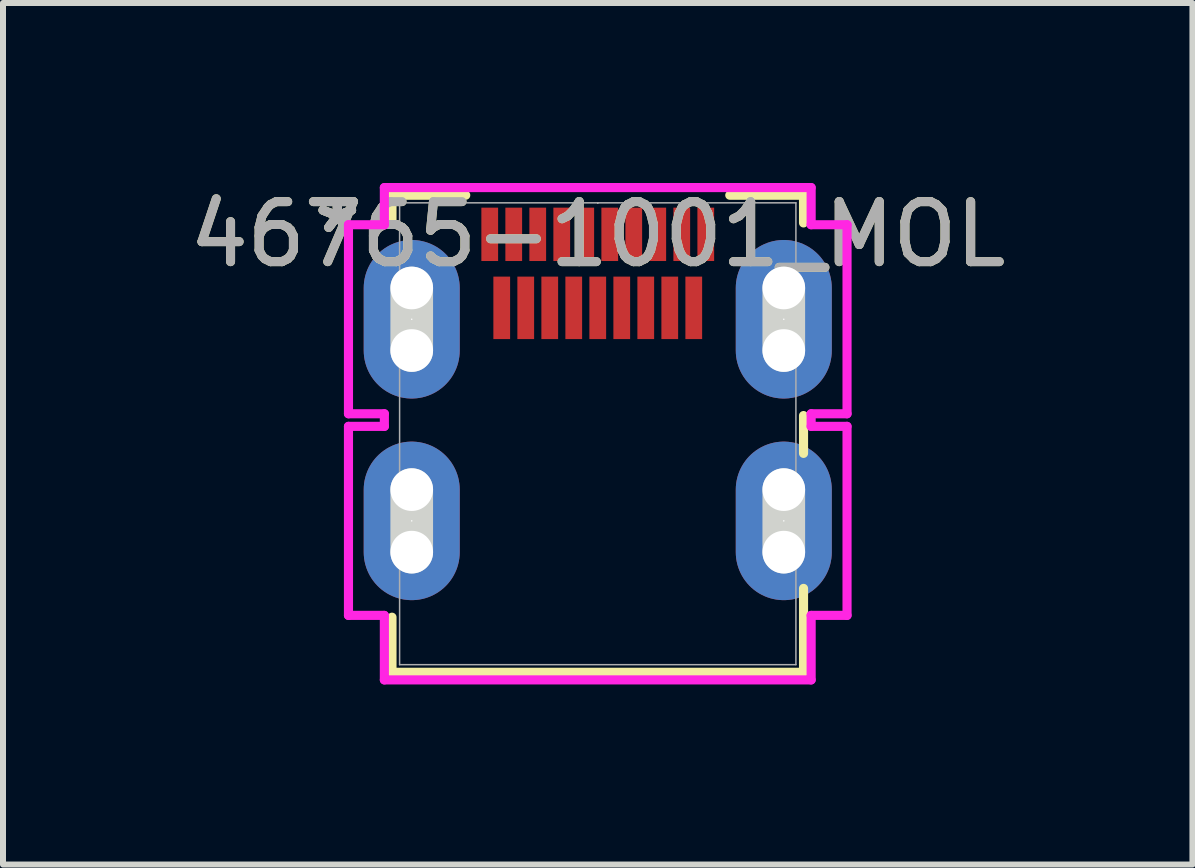
<source format=kicad_pcb>
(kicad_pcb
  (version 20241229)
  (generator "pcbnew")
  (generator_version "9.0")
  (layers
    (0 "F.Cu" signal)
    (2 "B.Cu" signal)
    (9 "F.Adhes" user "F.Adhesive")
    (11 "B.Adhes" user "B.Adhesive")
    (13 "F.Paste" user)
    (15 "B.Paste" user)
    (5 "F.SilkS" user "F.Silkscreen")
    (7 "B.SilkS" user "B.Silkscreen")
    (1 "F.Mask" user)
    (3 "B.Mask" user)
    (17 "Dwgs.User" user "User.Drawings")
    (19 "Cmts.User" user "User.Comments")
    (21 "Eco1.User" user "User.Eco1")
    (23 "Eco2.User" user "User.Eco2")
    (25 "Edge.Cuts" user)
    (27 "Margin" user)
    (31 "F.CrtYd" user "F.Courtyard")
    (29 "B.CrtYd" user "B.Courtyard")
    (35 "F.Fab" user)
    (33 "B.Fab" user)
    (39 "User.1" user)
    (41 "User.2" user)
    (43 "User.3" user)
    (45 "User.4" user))
  (footprint "46765-1001_MOL"
    (layer "F.Cu")
    (at 6.911 4.178)
    (property "Reference" "46765-1001_MOL" (at 0 -3.323 0) (unlocked yes) (layer "F.SilkS") (effects (font (size 1 1) (thickness 0.15))))
    (attr smd)
    (fp_line (start -3.429 -3.975) (end -3.429 -3.513) (stroke (width 0.152) (type solid)) (layer "F.SilkS"))
    (fp_line (start -3.429 3.057) (end -3.429 3.975) (stroke (width 0.152) (type solid)) (layer "F.SilkS"))
    (fp_line (start -3.429 3.975) (end 3.429 3.975) (stroke (width 0.152) (type solid)) (layer "F.SilkS"))
    (fp_line (start -2.2 -3.975) (end -3.429 -3.975) (stroke (width 0.152) (type solid)) (layer "F.SilkS"))
    (fp_line (start 3.429 -3.975) (end 2.2 -3.975) (stroke (width 0.152) (type solid)) (layer "F.SilkS"))
    (fp_line (start 3.429 -3.513) (end 3.429 -3.975) (stroke (width 0.152) (type solid)) (layer "F.SilkS"))
    (fp_line (start 3.429 0.327) (end 3.429 -0.303) (stroke (width 0.152) (type solid)) (layer "F.SilkS"))
    (fp_line (start 3.429 3.975) (end 3.429 2.577) (stroke (width 0.152) (type solid)) (layer "F.SilkS"))
    (fp_line (start -3.1 -1.387) (end -3.1 -2.429) (stroke (width 0.711) (type solid)) (layer "Edge.Cuts"))
    (fp_line (start -3.1 1.973) (end -3.1 0.931) (stroke (width 0.711) (type solid)) (layer "Edge.Cuts"))
    (fp_line (start 3.1 -1.387) (end 3.1 -2.429) (stroke (width 0.711) (type solid)) (layer "Edge.Cuts"))
    (fp_line (start 3.1 1.973) (end 3.1 0.931) (stroke (width 0.711) (type solid)) (layer "Edge.Cuts"))
    (fp_line (start -4.154 -3.483) (end -4.154 -0.333) (stroke (width 0.152) (type solid)) (layer "F.CrtYd"))
    (fp_line (start -4.154 -0.333) (end -3.556 -0.333) (stroke (width 0.152) (type solid)) (layer "F.CrtYd"))
    (fp_line (start -4.154 -0.123) (end -4.154 3.027) (stroke (width 0.152) (type solid)) (layer "F.CrtYd"))
    (fp_line (start -4.154 3.027) (end -3.556 3.027) (stroke (width 0.152) (type solid)) (layer "F.CrtYd"))
    (fp_line (start -3.556 -4.102) (end -3.556 -3.483) (stroke (width 0.152) (type solid)) (layer "F.CrtYd"))
    (fp_line (start -3.556 -3.483) (end -4.154 -3.483) (stroke (width 0.152) (type solid)) (layer "F.CrtYd"))
    (fp_line (start -3.556 -0.333) (end -3.556 -0.123) (stroke (width 0.152) (type solid)) (layer "F.CrtYd"))
    (fp_line (start -3.556 -0.123) (end -4.154 -0.123) (stroke (width 0.152) (type solid)) (layer "F.CrtYd"))
    (fp_line (start -3.556 3.027) (end -3.556 4.102) (stroke (width 0.152) (type solid)) (layer "F.CrtYd"))
    (fp_line (start -3.556 4.102) (end 3.556 4.102) (stroke (width 0.152) (type solid)) (layer "F.CrtYd"))
    (fp_line (start 3.556 -4.102) (end -3.556 -4.102) (stroke (width 0.152) (type solid)) (layer "F.CrtYd"))
    (fp_line (start 3.556 -3.483) (end 3.556 -4.102) (stroke (width 0.152) (type solid)) (layer "F.CrtYd"))
    (fp_line (start 3.556 -0.333) (end 4.154 -0.333) (stroke (width 0.152) (type solid)) (layer "F.CrtYd"))
    (fp_line (start 3.556 -0.123) (end 3.556 -0.333) (stroke (width 0.152) (type solid)) (layer "F.CrtYd"))
    (fp_line (start 3.556 3.027) (end 4.154 3.027) (stroke (width 0.152) (type solid)) (layer "F.CrtYd"))
    (fp_line (start 3.556 4.102) (end 3.556 3.027) (stroke (width 0.152) (type solid)) (layer "F.CrtYd"))
    (fp_line (start 4.154 -3.483) (end 3.556 -3.483) (stroke (width 0.152) (type solid)) (layer "F.CrtYd"))
    (fp_line (start 4.154 -0.333) (end 4.154 -3.483) (stroke (width 0.152) (type solid)) (layer "F.CrtYd"))
    (fp_line (start 4.154 -0.123) (end 3.556 -0.123) (stroke (width 0.152) (type solid)) (layer "F.CrtYd"))
    (fp_line (start 4.154 3.027) (end 4.154 -0.123) (stroke (width 0.152) (type solid)) (layer "F.CrtYd"))
    (fp_line (start -3.302 -3.848) (end -3.302 3.848) (stroke (width 0.025) (type solid)) (layer "F.Fab"))
    (fp_line (start -3.302 3.848) (end 3.302 3.848) (stroke (width 0.025) (type solid)) (layer "F.Fab"))
    (fp_line (start 0 -3.848) (end 0 -3.848) (stroke (width 0.025) (type solid)) (layer "F.Fab"))
    (fp_line (start 0 -3.848) (end 0 -3.848) (stroke (width 0.025) (type solid)) (layer "F.Fab"))
    (fp_line (start 0 -3.848) (end 0 -3.848) (stroke (width 0.025) (type solid)) (layer "F.Fab"))
    (fp_line (start 0 -3.848) (end 0 -3.848) (stroke (width 0.025) (type solid)) (layer "F.Fab"))
    (fp_line (start 3.302 -3.848) (end -3.302 -3.848) (stroke (width 0.025) (type solid)) (layer "F.Fab"))
    (fp_line (start 3.302 3.848) (end 3.302 -3.848) (stroke (width 0.025) (type solid)) (layer "F.Fab"))
    (fp_text user "*" (at -4.34 -3.323 0) (layer "F.SilkS") (effects (font (size 1 1) (thickness 0.15))))
    (fp_text user "*" (at -4.34 -3.323 0) (unlocked yes) (layer "F.SilkS") (effects (font (size 1 1) (thickness 0.15))))
    (fp_text user "*" (at -4.34 -3.323 0) (layer "F.Fab") (effects (font (size 1 1) (thickness 0.15))))
    (fp_text user "${REFERENCE}" (at 0 -3.323 0) (unlocked yes) (layer "F.Fab") (effects (font (size 1 1) (thickness 0.15))))
    (fp_text user "*" (at -4.34 -3.323 0) (unlocked yes) (layer "F.Fab") (effects (font (size 1 1) (thickness 0.15))))
    (pad "" np_thru_hole circle (at -3.1 -2.429) (size 0.711 0.711) (drill 0.711) (layers "*.Cu" "*.Mask"))
    (pad "" np_thru_hole circle (at -3.1 -1.387) (size 0.711 0.711) (drill 0.711) (layers "*.Cu" "*.Mask"))
    (pad "" np_thru_hole circle (at -3.1 0.931) (size 0.711 0.711) (drill 0.711) (layers "*.Cu" "*.Mask"))
    (pad "" np_thru_hole circle (at -3.1 1.973) (size 0.711 0.711) (drill 0.711) (layers "*.Cu" "*.Mask"))
    (pad "" np_thru_hole circle (at 3.1 -2.429) (size 0.711 0.711) (drill 0.711) (layers "*.Cu" "*.Mask"))
    (pad "" np_thru_hole circle (at 3.1 -1.387) (size 0.711 0.711) (drill 0.711) (layers "*.Cu" "*.Mask"))
    (pad "" np_thru_hole circle (at 3.1 0.931) (size 0.711 0.711) (drill 0.711) (layers "*.Cu" "*.Mask"))
    (pad "" np_thru_hole circle (at 3.1 1.973) (size 0.711 0.711) (drill 0.711) (layers "*.Cu" "*.Mask"))
    (pad "1" smd rect (at 1.8 -3.323) (size 0.279 0.889) (layers "F.Cu" "F.Mask" "F.Paste"))
    (pad "2" smd rect (at 1.6 -2.098) (size 0.279 1.041) (layers "F.Cu" "F.Mask" "F.Paste"))
    (pad "3" smd rect (at 1.4 -3.323) (size 0.279 0.889) (layers "F.Cu" "F.Mask" "F.Paste"))
    (pad "4" smd rect (at 1.2 -2.098) (size 0.279 1.041) (layers "F.Cu" "F.Mask" "F.Paste"))
    (pad "5" smd rect (at 1 -3.323) (size 0.279 0.889) (layers "F.Cu" "F.Mask" "F.Paste"))
    (pad "6" smd rect (at 0.8 -2.098) (size 0.279 1.041) (layers "F.Cu" "F.Mask" "F.Paste"))
    (pad "7" smd rect (at 0.6 -3.323) (size 0.279 0.889) (layers "F.Cu" "F.Mask" "F.Paste"))
    (pad "8" smd rect (at 0.4 -2.098) (size 0.279 1.041) (layers "F.Cu" "F.Mask" "F.Paste"))
    (pad "9" smd rect (at 0.2 -3.323) (size 0.279 0.889) (layers "F.Cu" "F.Mask" "F.Paste"))
    (pad "10" smd rect (at 0 -2.098) (size 0.279 1.041) (layers "F.Cu" "F.Mask" "F.Paste"))
    (pad "11" smd rect (at -0.2 -3.323) (size 0.279 0.889) (layers "F.Cu" "F.Mask" "F.Paste"))
    (pad "12" smd rect (at -0.4 -2.098) (size 0.279 1.041) (layers "F.Cu" "F.Mask" "F.Paste"))
    (pad "13" smd rect (at -0.6 -3.323) (size 0.279 0.889) (layers "F.Cu" "F.Mask" "F.Paste"))
    (pad "14" smd rect (at -0.8 -2.098) (size 0.279 1.041) (layers "F.Cu" "F.Mask" "F.Paste"))
    (pad "15" smd rect (at -1 -3.323) (size 0.279 0.889) (layers "F.Cu" "F.Mask" "F.Paste"))
    (pad "16" smd rect (at -1.2 -2.098) (size 0.279 1.041) (layers "F.Cu" "F.Mask" "F.Paste"))
    (pad "17" smd rect (at -1.4 -3.323) (size 0.279 0.889) (layers "F.Cu" "F.Mask" "F.Paste"))
    (pad "18" smd rect (at -1.6 -2.098) (size 0.279 1.041) (layers "F.Cu" "F.Mask" "F.Paste"))
    (pad "19" smd rect (at -1.8 -3.323) (size 0.279 0.889) (layers "F.Cu" "F.Mask" "F.Paste"))
    (pad "S_1" thru_hole oval (at -3.1 -1.908 90) (size 2.642 1.6) (drill 0.025) (layers "*.Cu" "*.Mask"))
    (pad "S_2" thru_hole oval (at 3.1 -1.908 90) (size 2.642 1.6) (drill 0.025) (layers "*.Cu" "*.Mask"))
    (pad "S_3" thru_hole oval (at -3.1 1.452 90) (size 2.642 1.6) (drill 0.025) (layers "*.Cu" "*.Mask"))
    (pad "S_4" thru_hole oval (at 3.1 1.452 90) (size 2.642 1.6) (drill 0.025) (layers "*.Cu" "*.Mask")))
  (gr_rect
    (start -3 -3)
    (end 16.821 11.357)
    (stroke (width 0.1) (type default))
    (fill no)
    (layer "Edge.Cuts")))
</source>
